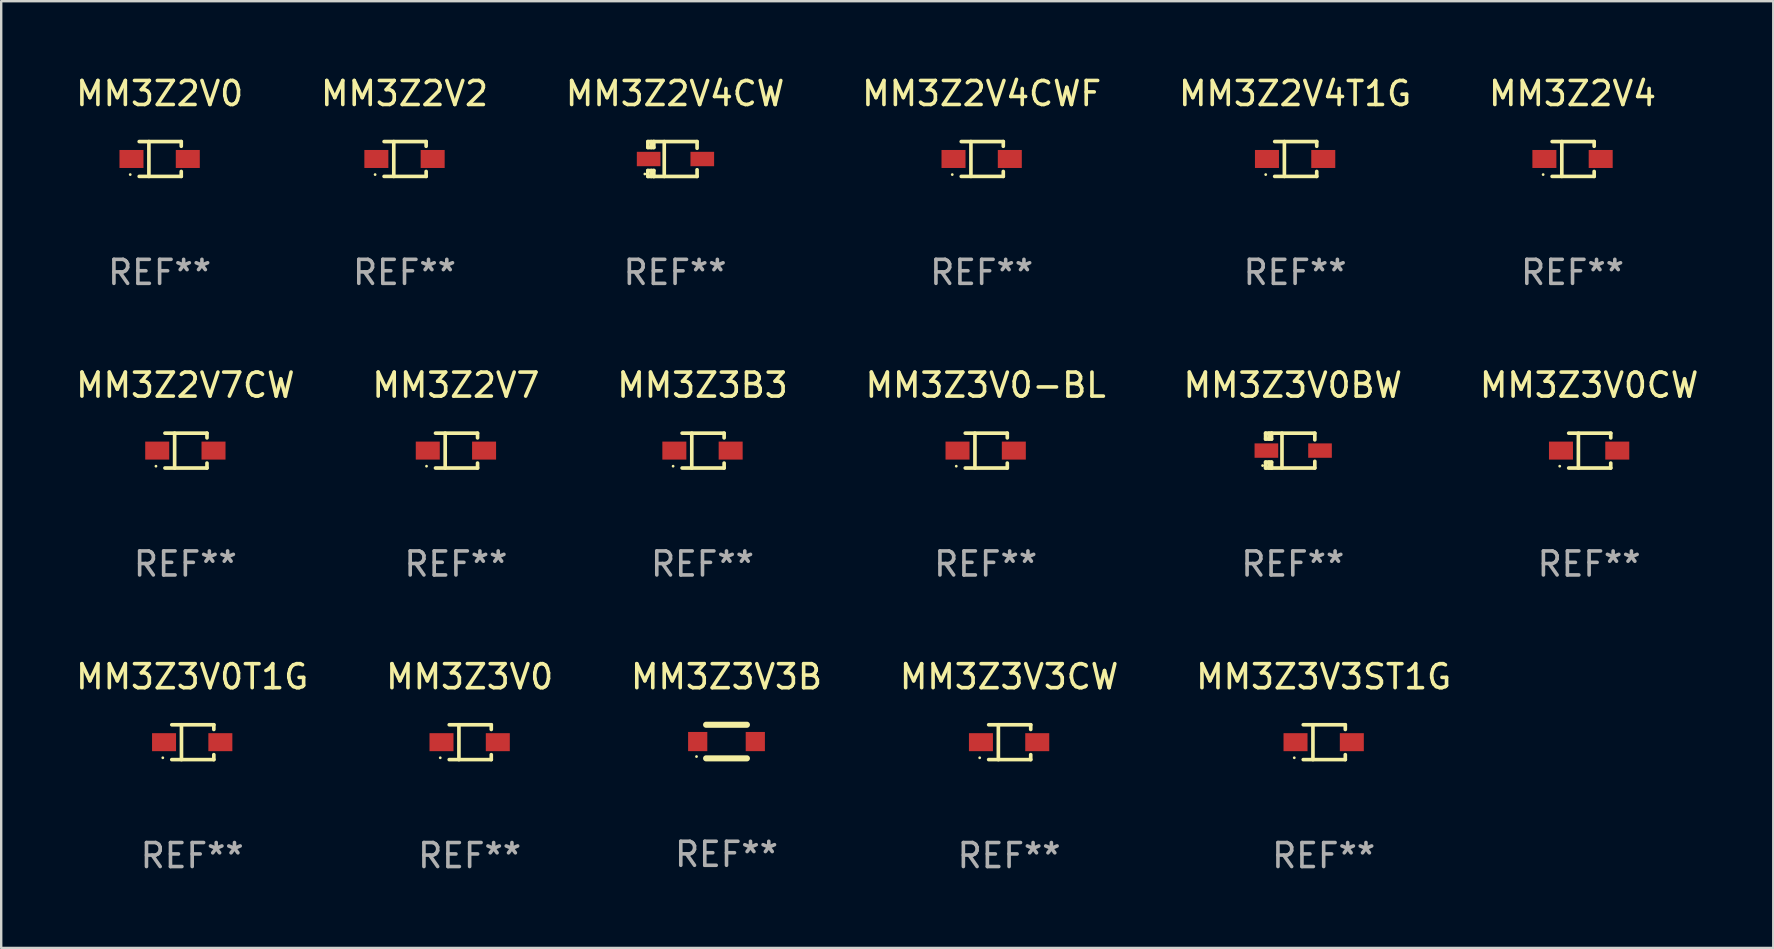
<source format=kicad_pcb>
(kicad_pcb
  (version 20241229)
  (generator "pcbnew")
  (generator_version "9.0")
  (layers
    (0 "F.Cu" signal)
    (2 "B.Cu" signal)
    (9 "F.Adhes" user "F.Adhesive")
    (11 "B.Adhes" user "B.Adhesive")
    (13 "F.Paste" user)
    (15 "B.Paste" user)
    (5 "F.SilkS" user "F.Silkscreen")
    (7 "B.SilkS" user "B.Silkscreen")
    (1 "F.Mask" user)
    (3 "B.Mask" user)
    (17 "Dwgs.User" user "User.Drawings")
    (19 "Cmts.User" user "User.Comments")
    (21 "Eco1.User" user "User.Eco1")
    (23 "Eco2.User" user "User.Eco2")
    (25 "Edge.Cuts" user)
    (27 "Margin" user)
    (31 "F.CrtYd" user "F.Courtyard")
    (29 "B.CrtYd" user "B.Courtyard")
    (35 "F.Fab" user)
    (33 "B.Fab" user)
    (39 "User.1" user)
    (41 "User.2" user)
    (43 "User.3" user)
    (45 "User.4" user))
  (footprint "MM3Z2V7"
    (layer "F.Cu")
    (at 15.946 15.724)
    (property "Reference" "MM3Z2V7" (at 0 -2.726 0) (layer "F.SilkS") (effects (font (size 1 1) (thickness 0.15))))
    (attr through_hole)
    (fp_line (start -0.851 -0.726) (end 0.901 -0.726) (stroke (width 0.152) (type solid)) (layer "F.SilkS"))
    (fp_line (start -0.851 0.726) (end 0.901 0.726) (stroke (width 0.152) (type solid)) (layer "F.SilkS"))
    (fp_line (start -0.447 -0.726) (end -0.447 0.726) (stroke (width 0.152) (type solid)) (layer "F.SilkS"))
    (fp_line (start 0.901 -0.726) (end 0.901 -0.53) (stroke (width 0.152) (type solid)) (layer "F.SilkS"))
    (fp_line (start 0.901 0.726) (end 0.901 0.52) (stroke (width 0.152) (type solid)) (layer "F.SilkS"))
    (fp_circle (center -1.225 0.65) (end -1.195 0.65) (stroke (width 0.06) (type solid)) (fill no) (layer "F.SilkS"))
    (fp_text user "REF**" (at 0 4.726 0) (layer "F.Fab") (effects (font (size 1 1) (thickness 0.15))))
    (pad "1" smd rect (at -1.173 0) (size 1 0.75) (layers "F.Cu" "F.Mask" "F.Paste"))
    (pad "2" smd rect (at 1.173 0) (size 1 0.75) (layers "F.Cu" "F.Mask" "F.Paste")))
  (footprint "MM3Z2V4CWF"
    (layer "F.Cu")
    (at 37.851 3.574)
    (property "Reference" "MM3Z2V4CWF" (at 0 -2.726 0) (layer "F.SilkS") (effects (font (size 1 1) (thickness 0.15))))
    (attr through_hole)
    (fp_line (start -0.851 -0.726) (end 0.901 -0.726) (stroke (width 0.152) (type solid)) (layer "F.SilkS"))
    (fp_line (start -0.851 0.726) (end 0.901 0.726) (stroke (width 0.152) (type solid)) (layer "F.SilkS"))
    (fp_line (start -0.447 -0.726) (end -0.447 0.726) (stroke (width 0.152) (type solid)) (layer "F.SilkS"))
    (fp_line (start 0.901 -0.726) (end 0.901 -0.53) (stroke (width 0.152) (type solid)) (layer "F.SilkS"))
    (fp_line (start 0.901 0.726) (end 0.901 0.52) (stroke (width 0.152) (type solid)) (layer "F.SilkS"))
    (fp_circle (center -1.225 0.65) (end -1.195 0.65) (stroke (width 0.06) (type solid)) (fill no) (layer "F.SilkS"))
    (fp_text user "REF**" (at 0 4.726 0) (layer "F.Fab") (effects (font (size 1 1) (thickness 0.15))))
    (pad "1" smd rect (at -1.173 0) (size 1 0.75) (layers "F.Cu" "F.Mask" "F.Paste"))
    (pad "2" smd rect (at 1.173 0) (size 1 0.75) (layers "F.Cu" "F.Mask" "F.Paste")))
  (footprint "MM3Z2V4"
    (layer "F.Cu")
    (at 62.47 3.574)
    (property "Reference" "MM3Z2V4" (at 0 -2.726 0) (layer "F.SilkS") (effects (font (size 1 1) (thickness 0.15))))
    (attr through_hole)
    (fp_line (start -0.851 -0.726) (end 0.901 -0.726) (stroke (width 0.152) (type solid)) (layer "F.SilkS"))
    (fp_line (start -0.851 0.726) (end 0.901 0.726) (stroke (width 0.152) (type solid)) (layer "F.SilkS"))
    (fp_line (start -0.447 -0.726) (end -0.447 0.726) (stroke (width 0.152) (type solid)) (layer "F.SilkS"))
    (fp_line (start 0.901 -0.726) (end 0.901 -0.53) (stroke (width 0.152) (type solid)) (layer "F.SilkS"))
    (fp_line (start 0.901 0.726) (end 0.901 0.52) (stroke (width 0.152) (type solid)) (layer "F.SilkS"))
    (fp_circle (center -1.225 0.65) (end -1.195 0.65) (stroke (width 0.06) (type solid)) (fill no) (layer "F.SilkS"))
    (fp_text user "REF**" (at 0 4.726 0) (layer "F.Fab") (effects (font (size 1 1) (thickness 0.15))))
    (pad "1" smd rect (at -1.173 0) (size 1 0.75) (layers "F.Cu" "F.Mask" "F.Paste"))
    (pad "2" smd rect (at 1.173 0) (size 1 0.75) (layers "F.Cu" "F.Mask" "F.Paste")))
  (footprint "MM3Z3V0BW"
    (layer "F.Cu")
    (at 50.815 15.724)
    (property "Reference" "MM3Z3V0BW" (at 0 -2.726 0) (layer "F.SilkS") (effects (font (size 1 1) (thickness 0.15))))
    (attr through_hole)
    (fp_line (start -1.134 0.48) (end -1.134 0.726) (stroke (width 0.152) (type solid)) (layer "F.SilkS"))
    (fp_line (start -1.134 0.726) (end -0.885 0.726) (stroke (width 0.152) (type solid)) (layer "F.SilkS"))
    (fp_line (start -1.134 -0.726) (end -1.134 -0.48) (stroke (width 0.152) (type solid)) (layer "F.SilkS"))
    (fp_line (start -0.992 -0.726) (end -0.992 -0.48) (stroke (width 0.152) (type solid)) (layer "F.SilkS"))
    (fp_line (start -0.992 0.48) (end -0.992 0.726) (stroke (width 0.152) (type solid)) (layer "F.SilkS"))
    (fp_line (start -0.885 -0.726) (end -1.134 -0.726) (stroke (width 0.152) (type solid)) (layer "F.SilkS"))
    (fp_line (start -0.885 -0.48) (end -1.134 -0.48) (stroke (width 0.152) (type solid)) (layer "F.SilkS"))
    (fp_line (start -0.885 -0.48) (end -0.885 -0.726) (stroke (width 0.152) (type solid)) (layer "F.SilkS"))
    (fp_line (start -0.885 0.48) (end -1.134 0.48) (stroke (width 0.152) (type solid)) (layer "F.SilkS"))
    (fp_line (start -0.885 0.48) (end -0.885 0.726) (stroke (width 0.152) (type solid)) (layer "F.SilkS"))
    (fp_line (start -0.451 0.726) (end -0.451 -0.726) (stroke (width 0.152) (type solid)) (layer "F.SilkS"))
    (fp_line (start 0.917 -0.726) (end -0.885 -0.726) (stroke (width 0.152) (type solid)) (layer "F.SilkS"))
    (fp_line (start 0.917 -0.726) (end 0.917 -0.448) (stroke (width 0.152) (type solid)) (layer "F.SilkS"))
    (fp_line (start 0.917 0.726) (end -0.885 0.726) (stroke (width 0.152) (type solid)) (layer "F.SilkS"))
    (fp_line (start 0.917 0.726) (end 0.917 0.448) (stroke (width 0.152) (type solid)) (layer "F.SilkS"))
    (fp_circle (center -1.259 0.625) (end -1.229 0.625) (stroke (width 0.06) (type solid)) (fill no) (layer "F.SilkS"))
    (fp_text user "REF**" (at 0 4.726 0) (layer "F.Fab") (effects (font (size 1 1) (thickness 0.15))))
    (pad "1" smd rect (at -1.101 -0.000114) (size 0.985 0.6) (layers "F.Cu" "F.Mask" "F.Paste"))
    (pad "2" smd rect (at 1.134 -0.000114) (size 0.985 0.6) (layers "F.Cu" "F.Mask" "F.Paste")))
  (footprint "MM3Z2V0"
    (layer "F.Cu")
    (at 3.601 3.574)
    (property "Reference" "MM3Z2V0" (at 0 -2.726 0) (layer "F.SilkS") (effects (font (size 1 1) (thickness 0.15))))
    (attr through_hole)
    (fp_line (start -0.851 -0.726) (end 0.901 -0.726) (stroke (width 0.152) (type solid)) (layer "F.SilkS"))
    (fp_line (start -0.851 0.726) (end 0.901 0.726) (stroke (width 0.152) (type solid)) (layer "F.SilkS"))
    (fp_line (start -0.447 -0.726) (end -0.447 0.726) (stroke (width 0.152) (type solid)) (layer "F.SilkS"))
    (fp_line (start 0.901 -0.726) (end 0.901 -0.53) (stroke (width 0.152) (type solid)) (layer "F.SilkS"))
    (fp_line (start 0.901 0.726) (end 0.901 0.52) (stroke (width 0.152) (type solid)) (layer "F.SilkS"))
    (fp_circle (center -1.225 0.65) (end -1.195 0.65) (stroke (width 0.06) (type solid)) (fill no) (layer "F.SilkS"))
    (fp_text user "REF**" (at 0 4.726 0) (layer "F.Fab") (effects (font (size 1 1) (thickness 0.15))))
    (pad "1" smd rect (at -1.173 0) (size 1 0.75) (layers "F.Cu" "F.Mask" "F.Paste"))
    (pad "2" smd rect (at 1.173 0) (size 1 0.75) (layers "F.Cu" "F.Mask" "F.Paste")))
  (footprint "MM3Z3V0T1G"
    (layer "F.Cu")
    (at 4.958 27.873)
    (property "Reference" "MM3Z3V0T1G" (at 0 -2.726 0) (layer "F.SilkS") (effects (font (size 1 1) (thickness 0.15))))
    (attr through_hole)
    (fp_line (start -0.851 -0.726) (end 0.901 -0.726) (stroke (width 0.152) (type solid)) (layer "F.SilkS"))
    (fp_line (start -0.851 0.726) (end 0.901 0.726) (stroke (width 0.152) (type solid)) (layer "F.SilkS"))
    (fp_line (start -0.447 -0.726) (end -0.447 0.726) (stroke (width 0.152) (type solid)) (layer "F.SilkS"))
    (fp_line (start 0.901 -0.726) (end 0.901 -0.53) (stroke (width 0.152) (type solid)) (layer "F.SilkS"))
    (fp_line (start 0.901 0.726) (end 0.901 0.52) (stroke (width 0.152) (type solid)) (layer "F.SilkS"))
    (fp_circle (center -1.225 0.65) (end -1.195 0.65) (stroke (width 0.06) (type solid)) (fill no) (layer "F.SilkS"))
    (fp_text user "REF**" (at 0 4.726 0) (layer "F.Fab") (effects (font (size 1 1) (thickness 0.15))))
    (pad "1" smd rect (at -1.173 0) (size 1 0.75) (layers "F.Cu" "F.Mask" "F.Paste"))
    (pad "2" smd rect (at 1.173 0) (size 1 0.75) (layers "F.Cu" "F.Mask" "F.Paste")))
  (footprint "MM3Z3V0CW"
    (layer "F.Cu")
    (at 63.161 15.724)
    (property "Reference" "MM3Z3V0CW" (at 0 -2.726 0) (layer "F.SilkS") (effects (font (size 1 1) (thickness 0.15))))
    (attr through_hole)
    (fp_line (start -0.851 -0.726) (end 0.901 -0.726) (stroke (width 0.152) (type solid)) (layer "F.SilkS"))
    (fp_line (start -0.851 0.726) (end 0.901 0.726) (stroke (width 0.152) (type solid)) (layer "F.SilkS"))
    (fp_line (start -0.447 -0.726) (end -0.447 0.726) (stroke (width 0.152) (type solid)) (layer "F.SilkS"))
    (fp_line (start 0.901 -0.726) (end 0.901 -0.53) (stroke (width 0.152) (type solid)) (layer "F.SilkS"))
    (fp_line (start 0.901 0.726) (end 0.901 0.52) (stroke (width 0.152) (type solid)) (layer "F.SilkS"))
    (fp_circle (center -1.225 0.65) (end -1.195 0.65) (stroke (width 0.06) (type solid)) (fill no) (layer "F.SilkS"))
    (fp_text user "REF**" (at 0 4.726 0) (layer "F.Fab") (effects (font (size 1 1) (thickness 0.15))))
    (pad "1" smd rect (at -1.173 0) (size 1 0.75) (layers "F.Cu" "F.Mask" "F.Paste"))
    (pad "2" smd rect (at 1.173 0) (size 1 0.75) (layers "F.Cu" "F.Mask" "F.Paste")))
  (footprint "MM3Z2V4CW"
    (layer "F.Cu")
    (at 25.077 3.575)
    (property "Reference" "MM3Z2V4CW" (at 0 -2.726 0) (layer "F.SilkS") (effects (font (size 1 1) (thickness 0.15))))
    (attr through_hole)
    (fp_line (start -1.134 0.48) (end -1.134 0.726) (stroke (width 0.152) (type solid)) (layer "F.SilkS"))
    (fp_line (start -1.134 0.726) (end -0.885 0.726) (stroke (width 0.152) (type solid)) (layer "F.SilkS"))
    (fp_line (start -1.134 -0.726) (end -1.134 -0.48) (stroke (width 0.152) (type solid)) (layer "F.SilkS"))
    (fp_line (start -0.992 -0.726) (end -0.992 -0.48) (stroke (width 0.152) (type solid)) (layer "F.SilkS"))
    (fp_line (start -0.992 0.48) (end -0.992 0.726) (stroke (width 0.152) (type solid)) (layer "F.SilkS"))
    (fp_line (start -0.885 -0.726) (end -1.134 -0.726) (stroke (width 0.152) (type solid)) (layer "F.SilkS"))
    (fp_line (start -0.885 -0.48) (end -1.134 -0.48) (stroke (width 0.152) (type solid)) (layer "F.SilkS"))
    (fp_line (start -0.885 -0.48) (end -0.885 -0.726) (stroke (width 0.152) (type solid)) (layer "F.SilkS"))
    (fp_line (start -0.885 0.48) (end -1.134 0.48) (stroke (width 0.152) (type solid)) (layer "F.SilkS"))
    (fp_line (start -0.885 0.48) (end -0.885 0.726) (stroke (width 0.152) (type solid)) (layer "F.SilkS"))
    (fp_line (start -0.451 0.726) (end -0.451 -0.726) (stroke (width 0.152) (type solid)) (layer "F.SilkS"))
    (fp_line (start 0.917 -0.726) (end -0.885 -0.726) (stroke (width 0.152) (type solid)) (layer "F.SilkS"))
    (fp_line (start 0.917 -0.726) (end 0.917 -0.448) (stroke (width 0.152) (type solid)) (layer "F.SilkS"))
    (fp_line (start 0.917 0.726) (end -0.885 0.726) (stroke (width 0.152) (type solid)) (layer "F.SilkS"))
    (fp_line (start 0.917 0.726) (end 0.917 0.448) (stroke (width 0.152) (type solid)) (layer "F.SilkS"))
    (fp_circle (center -1.259 0.625) (end -1.229 0.625) (stroke (width 0.06) (type solid)) (fill no) (layer "F.SilkS"))
    (fp_text user "REF**" (at 0 4.726 0) (layer "F.Fab") (effects (font (size 1 1) (thickness 0.15))))
    (pad "1" smd rect (at -1.101 -0.000114) (size 0.985 0.6) (layers "F.Cu" "F.Mask" "F.Paste"))
    (pad "2" smd rect (at 1.134 -0.000114) (size 0.985 0.6) (layers "F.Cu" "F.Mask" "F.Paste")))
  (footprint "MM3Z3B3"
    (layer "F.Cu")
    (at 26.22 15.724)
    (property "Reference" "MM3Z3B3" (at 0 -2.726 0) (layer "F.SilkS") (effects (font (size 1 1) (thickness 0.15))))
    (attr through_hole)
    (fp_line (start -0.851 -0.726) (end 0.901 -0.726) (stroke (width 0.152) (type solid)) (layer "F.SilkS"))
    (fp_line (start -0.851 0.726) (end 0.901 0.726) (stroke (width 0.152) (type solid)) (layer "F.SilkS"))
    (fp_line (start -0.447 -0.726) (end -0.447 0.726) (stroke (width 0.152) (type solid)) (layer "F.SilkS"))
    (fp_line (start 0.901 -0.726) (end 0.901 -0.53) (stroke (width 0.152) (type solid)) (layer "F.SilkS"))
    (fp_line (start 0.901 0.726) (end 0.901 0.52) (stroke (width 0.152) (type solid)) (layer "F.SilkS"))
    (fp_circle (center -1.225 0.65) (end -1.195 0.65) (stroke (width 0.06) (type solid)) (fill no) (layer "F.SilkS"))
    (fp_text user "REF**" (at 0 4.726 0) (layer "F.Fab") (effects (font (size 1 1) (thickness 0.15))))
    (pad "1" smd rect (at -1.173 0) (size 1 0.75) (layers "F.Cu" "F.Mask" "F.Paste"))
    (pad "2" smd rect (at 1.173 0) (size 1 0.75) (layers "F.Cu" "F.Mask" "F.Paste")))
  (footprint "MM3Z2V7CW"
    (layer "F.Cu")
    (at 4.673 15.724)
    (property "Reference" "MM3Z2V7CW" (at 0 -2.726 0) (layer "F.SilkS") (effects (font (size 1 1) (thickness 0.15))))
    (attr through_hole)
    (fp_line (start -0.851 -0.726) (end 0.901 -0.726) (stroke (width 0.152) (type solid)) (layer "F.SilkS"))
    (fp_line (start -0.851 0.726) (end 0.901 0.726) (stroke (width 0.152) (type solid)) (layer "F.SilkS"))
    (fp_line (start -0.447 -0.726) (end -0.447 0.726) (stroke (width 0.152) (type solid)) (layer "F.SilkS"))
    (fp_line (start 0.901 -0.726) (end 0.901 -0.53) (stroke (width 0.152) (type solid)) (layer "F.SilkS"))
    (fp_line (start 0.901 0.726) (end 0.901 0.52) (stroke (width 0.152) (type solid)) (layer "F.SilkS"))
    (fp_circle (center -1.225 0.65) (end -1.195 0.65) (stroke (width 0.06) (type solid)) (fill no) (layer "F.SilkS"))
    (fp_text user "REF**" (at 0 4.726 0) (layer "F.Fab") (effects (font (size 1 1) (thickness 0.15))))
    (pad "1" smd rect (at -1.173 0) (size 1 0.75) (layers "F.Cu" "F.Mask" "F.Paste"))
    (pad "2" smd rect (at 1.173 0) (size 1 0.75) (layers "F.Cu" "F.Mask" "F.Paste")))
  (footprint "MM3Z3V3ST1G"
    (layer "F.Cu")
    (at 52.101 27.873)
    (property "Reference" "MM3Z3V3ST1G" (at 0 -2.726 0) (layer "F.SilkS") (effects (font (size 1 1) (thickness 0.15))))
    (attr through_hole)
    (fp_line (start -0.851 -0.726) (end 0.901 -0.726) (stroke (width 0.152) (type solid)) (layer "F.SilkS"))
    (fp_line (start -0.851 0.726) (end 0.901 0.726) (stroke (width 0.152) (type solid)) (layer "F.SilkS"))
    (fp_line (start -0.447 -0.726) (end -0.447 0.726) (stroke (width 0.152) (type solid)) (layer "F.SilkS"))
    (fp_line (start 0.901 -0.726) (end 0.901 -0.53) (stroke (width 0.152) (type solid)) (layer "F.SilkS"))
    (fp_line (start 0.901 0.726) (end 0.901 0.52) (stroke (width 0.152) (type solid)) (layer "F.SilkS"))
    (fp_circle (center -1.225 0.65) (end -1.195 0.65) (stroke (width 0.06) (type solid)) (fill no) (layer "F.SilkS"))
    (fp_text user "REF**" (at 0 4.726 0) (layer "F.Fab") (effects (font (size 1 1) (thickness 0.15))))
    (pad "1" smd rect (at -1.173 0) (size 1 0.75) (layers "F.Cu" "F.Mask" "F.Paste"))
    (pad "2" smd rect (at 1.173 0) (size 1 0.75) (layers "F.Cu" "F.Mask" "F.Paste")))
  (footprint "MM3Z3V3B"
    (layer "F.Cu")
    (at 27.22 27.847)
    (property "Reference" "MM3Z3V3B" (at 0 -2.7 0) (layer "F.SilkS") (effects (font (size 1 1) (thickness 0.15))))
    (attr through_hole)
    (fp_line (start -0.85 -0.7) (end 0.85 -0.7) (stroke (width 0.254) (type solid)) (layer "F.SilkS"))
    (fp_line (start -0.85 0.7) (end 0.85 0.7) (stroke (width 0.254) (type solid)) (layer "F.SilkS"))
    (fp_circle (center -1.25 0.625) (end -1.22 0.625) (stroke (width 0.06) (type solid)) (fill no) (layer "F.SilkS"))
    (fp_text user "REF**" (at 0 4.7 0) (layer "F.Fab") (effects (font (size 1 1) (thickness 0.15))))
    (pad "1" smd rect (at -1.2 0) (size 0.8 0.8) (layers "F.Cu" "F.Mask" "F.Paste"))
    (pad "2" smd rect (at 1.2 0) (size 0.8 0.8) (layers "F.Cu" "F.Mask" "F.Paste")))
  (footprint "MM3Z3V0"
    (layer "F.Cu")
    (at 16.518 27.873)
    (property "Reference" "MM3Z3V0" (at 0 -2.726 0) (layer "F.SilkS") (effects (font (size 1 1) (thickness 0.15))))
    (attr through_hole)
    (fp_line (start -0.851 -0.726) (end 0.901 -0.726) (stroke (width 0.152) (type solid)) (layer "F.SilkS"))
    (fp_line (start -0.851 0.726) (end 0.901 0.726) (stroke (width 0.152) (type solid)) (layer "F.SilkS"))
    (fp_line (start -0.447 -0.726) (end -0.447 0.726) (stroke (width 0.152) (type solid)) (layer "F.SilkS"))
    (fp_line (start 0.901 -0.726) (end 0.901 -0.53) (stroke (width 0.152) (type solid)) (layer "F.SilkS"))
    (fp_line (start 0.901 0.726) (end 0.901 0.52) (stroke (width 0.152) (type solid)) (layer "F.SilkS"))
    (fp_circle (center -1.225 0.65) (end -1.195 0.65) (stroke (width 0.06) (type solid)) (fill no) (layer "F.SilkS"))
    (fp_text user "REF**" (at 0 4.726 0) (layer "F.Fab") (effects (font (size 1 1) (thickness 0.15))))
    (pad "1" smd rect (at -1.173 0) (size 1 0.75) (layers "F.Cu" "F.Mask" "F.Paste"))
    (pad "2" smd rect (at 1.173 0) (size 1 0.75) (layers "F.Cu" "F.Mask" "F.Paste")))
  (footprint "MM3Z3V0-BL"
    (layer "F.Cu")
    (at 38.018 15.724)
    (property "Reference" "MM3Z3V0-BL" (at 0 -2.726 0) (layer "F.SilkS") (effects (font (size 1 1) (thickness 0.15))))
    (attr through_hole)
    (fp_line (start -0.851 -0.726) (end 0.901 -0.726) (stroke (width 0.152) (type solid)) (layer "F.SilkS"))
    (fp_line (start -0.851 0.726) (end 0.901 0.726) (stroke (width 0.152) (type solid)) (layer "F.SilkS"))
    (fp_line (start -0.447 -0.726) (end -0.447 0.726) (stroke (width 0.152) (type solid)) (layer "F.SilkS"))
    (fp_line (start 0.901 -0.726) (end 0.901 -0.53) (stroke (width 0.152) (type solid)) (layer "F.SilkS"))
    (fp_line (start 0.901 0.726) (end 0.901 0.52) (stroke (width 0.152) (type solid)) (layer "F.SilkS"))
    (fp_circle (center -1.225 0.65) (end -1.195 0.65) (stroke (width 0.06) (type solid)) (fill no) (layer "F.SilkS"))
    (fp_text user "REF**" (at 0 4.726 0) (layer "F.Fab") (effects (font (size 1 1) (thickness 0.15))))
    (pad "1" smd rect (at -1.173 0) (size 1 0.75) (layers "F.Cu" "F.Mask" "F.Paste"))
    (pad "2" smd rect (at 1.173 0) (size 1 0.75) (layers "F.Cu" "F.Mask" "F.Paste")))
  (footprint "MM3Z3V3CW"
    (layer "F.Cu")
    (at 38.994 27.873)
    (property "Reference" "MM3Z3V3CW" (at 0 -2.726 0) (layer "F.SilkS") (effects (font (size 1 1) (thickness 0.15))))
    (attr through_hole)
    (fp_line (start -0.851 -0.726) (end 0.901 -0.726) (stroke (width 0.152) (type solid)) (layer "F.SilkS"))
    (fp_line (start -0.851 0.726) (end 0.901 0.726) (stroke (width 0.152) (type solid)) (layer "F.SilkS"))
    (fp_line (start -0.447 -0.726) (end -0.447 0.726) (stroke (width 0.152) (type solid)) (layer "F.SilkS"))
    (fp_line (start 0.901 -0.726) (end 0.901 -0.53) (stroke (width 0.152) (type solid)) (layer "F.SilkS"))
    (fp_line (start 0.901 0.726) (end 0.901 0.52) (stroke (width 0.152) (type solid)) (layer "F.SilkS"))
    (fp_circle (center -1.225 0.65) (end -1.195 0.65) (stroke (width 0.06) (type solid)) (fill no) (layer "F.SilkS"))
    (fp_text user "REF**" (at 0 4.726 0) (layer "F.Fab") (effects (font (size 1 1) (thickness 0.15))))
    (pad "1" smd rect (at -1.173 0) (size 1 0.75) (layers "F.Cu" "F.Mask" "F.Paste"))
    (pad "2" smd rect (at 1.173 0) (size 1 0.75) (layers "F.Cu" "F.Mask" "F.Paste")))
  (footprint "MM3Z2V4T1G"
    (layer "F.Cu")
    (at 50.911 3.574)
    (property "Reference" "MM3Z2V4T1G" (at 0 -2.726 0) (layer "F.SilkS") (effects (font (size 1 1) (thickness 0.15))))
    (attr through_hole)
    (fp_line (start -0.851 -0.726) (end 0.901 -0.726) (stroke (width 0.152) (type solid)) (layer "F.SilkS"))
    (fp_line (start -0.851 0.726) (end 0.901 0.726) (stroke (width 0.152) (type solid)) (layer "F.SilkS"))
    (fp_line (start -0.447 -0.726) (end -0.447 0.726) (stroke (width 0.152) (type solid)) (layer "F.SilkS"))
    (fp_line (start 0.901 -0.726) (end 0.901 -0.53) (stroke (width 0.152) (type solid)) (layer "F.SilkS"))
    (fp_line (start 0.901 0.726) (end 0.901 0.52) (stroke (width 0.152) (type solid)) (layer "F.SilkS"))
    (fp_circle (center -1.225 0.65) (end -1.195 0.65) (stroke (width 0.06) (type solid)) (fill no) (layer "F.SilkS"))
    (fp_text user "REF**" (at 0 4.726 0) (layer "F.Fab") (effects (font (size 1 1) (thickness 0.15))))
    (pad "1" smd rect (at -1.173 0) (size 1 0.75) (layers "F.Cu" "F.Mask" "F.Paste"))
    (pad "2" smd rect (at 1.173 0) (size 1 0.75) (layers "F.Cu" "F.Mask" "F.Paste")))
  (footprint "MM3Z2V2"
    (layer "F.Cu")
    (at 13.804 3.574)
    (property "Reference" "MM3Z2V2" (at 0 -2.726 0) (layer "F.SilkS") (effects (font (size 1 1) (thickness 0.15))))
    (attr through_hole)
    (fp_line (start -0.851 -0.726) (end 0.901 -0.726) (stroke (width 0.152) (type solid)) (layer "F.SilkS"))
    (fp_line (start -0.851 0.726) (end 0.901 0.726) (stroke (width 0.152) (type solid)) (layer "F.SilkS"))
    (fp_line (start -0.447 -0.726) (end -0.447 0.726) (stroke (width 0.152) (type solid)) (layer "F.SilkS"))
    (fp_line (start 0.901 -0.726) (end 0.901 -0.53) (stroke (width 0.152) (type solid)) (layer "F.SilkS"))
    (fp_line (start 0.901 0.726) (end 0.901 0.52) (stroke (width 0.152) (type solid)) (layer "F.SilkS"))
    (fp_circle (center -1.225 0.65) (end -1.195 0.65) (stroke (width 0.06) (type solid)) (fill no) (layer "F.SilkS"))
    (fp_text user "REF**" (at 0 4.726 0) (layer "F.Fab") (effects (font (size 1 1) (thickness 0.15))))
    (pad "1" smd rect (at -1.173 0) (size 1 0.75) (layers "F.Cu" "F.Mask" "F.Paste"))
    (pad "2" smd rect (at 1.173 0) (size 1 0.75) (layers "F.Cu" "F.Mask" "F.Paste")))
  (gr_rect
    (start -3 -3)
    (end 70.833 36.447)
    (stroke (width 0.1) (type default))
    (fill no)
    (layer "Edge.Cuts")))
</source>
